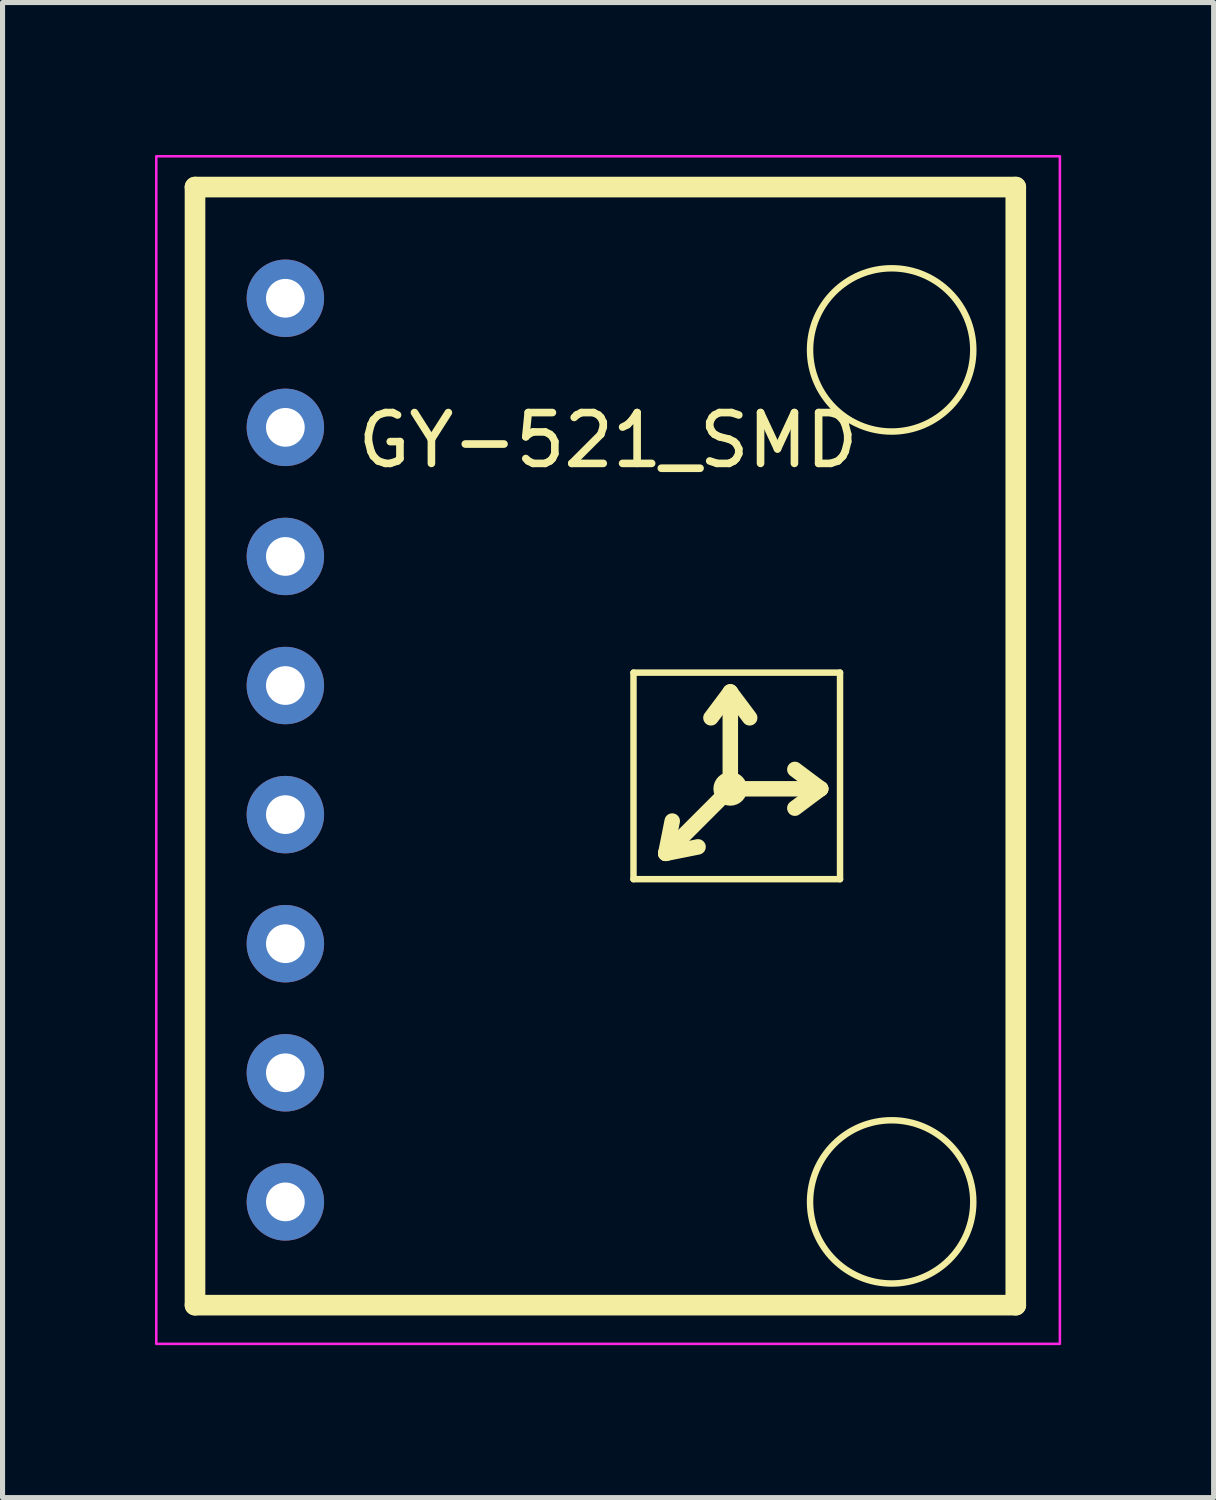
<source format=kicad_pcb>
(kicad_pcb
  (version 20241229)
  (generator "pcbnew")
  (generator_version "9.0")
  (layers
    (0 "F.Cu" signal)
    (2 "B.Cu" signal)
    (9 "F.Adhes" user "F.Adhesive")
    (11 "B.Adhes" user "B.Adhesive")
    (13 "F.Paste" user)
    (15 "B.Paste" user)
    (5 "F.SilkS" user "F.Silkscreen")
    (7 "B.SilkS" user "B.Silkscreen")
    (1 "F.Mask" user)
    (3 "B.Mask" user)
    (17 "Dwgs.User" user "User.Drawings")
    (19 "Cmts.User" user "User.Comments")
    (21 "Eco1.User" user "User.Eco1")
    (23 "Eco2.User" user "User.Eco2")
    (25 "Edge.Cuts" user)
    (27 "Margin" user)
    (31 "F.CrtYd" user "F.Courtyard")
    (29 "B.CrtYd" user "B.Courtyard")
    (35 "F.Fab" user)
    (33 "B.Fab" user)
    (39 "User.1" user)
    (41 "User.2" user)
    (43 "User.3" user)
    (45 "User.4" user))
  (footprint "GY-521_SMD"
    (layer "F.Cu")
    (at 0.787 22.631)
    (property "Reference" "GY-521_SMD" (at 8.128 -17.018 0) (layer "F.SilkS") (effects (font (size 1 1) (thickness 0.15))))
    (attr smd)
    (fp_line (start 0 -22) (end 0 0) (stroke (width 0.406) (type solid)) (layer "F.SilkS"))
    (fp_line (start 0 0) (end 16.15 0) (stroke (width 0.406) (type solid)) (layer "F.SilkS"))
    (fp_line (start 8.628 -12.446) (end 8.628 -8.382) (stroke (width 0.127) (type solid)) (layer "F.SilkS"))
    (fp_line (start 8.628 -8.382) (end 12.692 -8.382) (stroke (width 0.127) (type solid)) (layer "F.SilkS"))
    (fp_line (start 9.263 -8.89) (end 9.39 -9.525) (stroke (width 0.305) (type solid)) (layer "F.SilkS"))
    (fp_line (start 9.263 -8.89) (end 9.898 -9.017) (stroke (width 0.305) (type solid)) (layer "F.SilkS"))
    (fp_line (start 10.533 -12.065) (end 10.152 -11.557) (stroke (width 0.305) (type solid)) (layer "F.SilkS"))
    (fp_line (start 10.533 -10.16) (end 9.263 -8.89) (stroke (width 0.305) (type solid)) (layer "F.SilkS"))
    (fp_line (start 10.533 -10.16) (end 10.533 -12.065) (stroke (width 0.305) (type solid)) (layer "F.SilkS"))
    (fp_line (start 10.533 -10.16) (end 12.311 -10.16) (stroke (width 0.305) (type solid)) (layer "F.SilkS"))
    (fp_line (start 10.914 -11.557) (end 10.533 -12.065) (stroke (width 0.305) (type solid)) (layer "F.SilkS"))
    (fp_line (start 11.803 -10.541) (end 12.311 -10.16) (stroke (width 0.305) (type solid)) (layer "F.SilkS"))
    (fp_line (start 12.311 -10.16) (end 11.803 -9.779) (stroke (width 0.305) (type solid)) (layer "F.SilkS"))
    (fp_line (start 12.692 -12.446) (end 8.628 -12.446) (stroke (width 0.127) (type solid)) (layer "F.SilkS"))
    (fp_line (start 12.692 -8.382) (end 12.692 -12.446) (stroke (width 0.127) (type solid)) (layer "F.SilkS"))
    (fp_line (start 16.15 -22) (end 0 -22) (stroke (width 0.406) (type solid)) (layer "F.SilkS"))
    (fp_line (start 16.15 0) (end 16.15 -22) (stroke (width 0.406) (type solid)) (layer "F.SilkS"))
    (fp_circle (center 10.533 -10.16) (end 10.713 -10.16) (stroke (width 0.305) (type solid)) (fill no) (layer "F.SilkS"))
    (fp_circle (center 13.708 -18.796) (end 15.314 -18.796) (stroke (width 0.127) (type solid)) (fill no) (layer "F.SilkS"))
    (fp_circle (center 13.708 -2.032) (end 15.314 -2.032) (stroke (width 0.127) (type solid)) (fill no) (layer "F.SilkS"))
    (fp_rect (start -0.762 -22.606) (end 17.018 0.762) (stroke (width 0.05) (type default)) (fill no) (layer "F.CrtYd"))
    (pad "1" thru_hole circle (at 1.778 -19.812) (size 1.524 1.524) (drill 0.762) (layers "*.Cu" "*.Mask"))
    (pad "2" thru_hole circle (at 1.778 -17.272) (size 1.524 1.524) (drill 0.762) (layers "*.Cu" "*.Mask"))
    (pad "3" thru_hole circle (at 1.778 -14.732) (size 1.524 1.524) (drill 0.762) (layers "*.Cu" "*.Mask"))
    (pad "4" thru_hole circle (at 1.778 -12.192) (size 1.524 1.524) (drill 0.762) (layers "*.Cu" "*.Mask"))
    (pad "5" thru_hole circle (at 1.778 -9.652) (size 1.524 1.524) (drill 0.762) (layers "*.Cu" "*.Mask"))
    (pad "6" thru_hole circle (at 1.778 -7.112) (size 1.524 1.524) (drill 0.762) (layers "*.Cu" "*.Mask"))
    (pad "7" thru_hole circle (at 1.778 -4.572) (size 1.524 1.524) (drill 0.762) (layers "*.Cu" "*.Mask"))
    (pad "8" thru_hole circle (at 1.778 -2.032) (size 1.524 1.524) (drill 0.762) (layers "*.Cu" "*.Mask")))
  (gr_rect
    (start -3 -3)
    (end 20.83 26.418)
    (stroke (width 0.1) (type default))
    (fill no)
    (layer "Edge.Cuts")))
</source>
